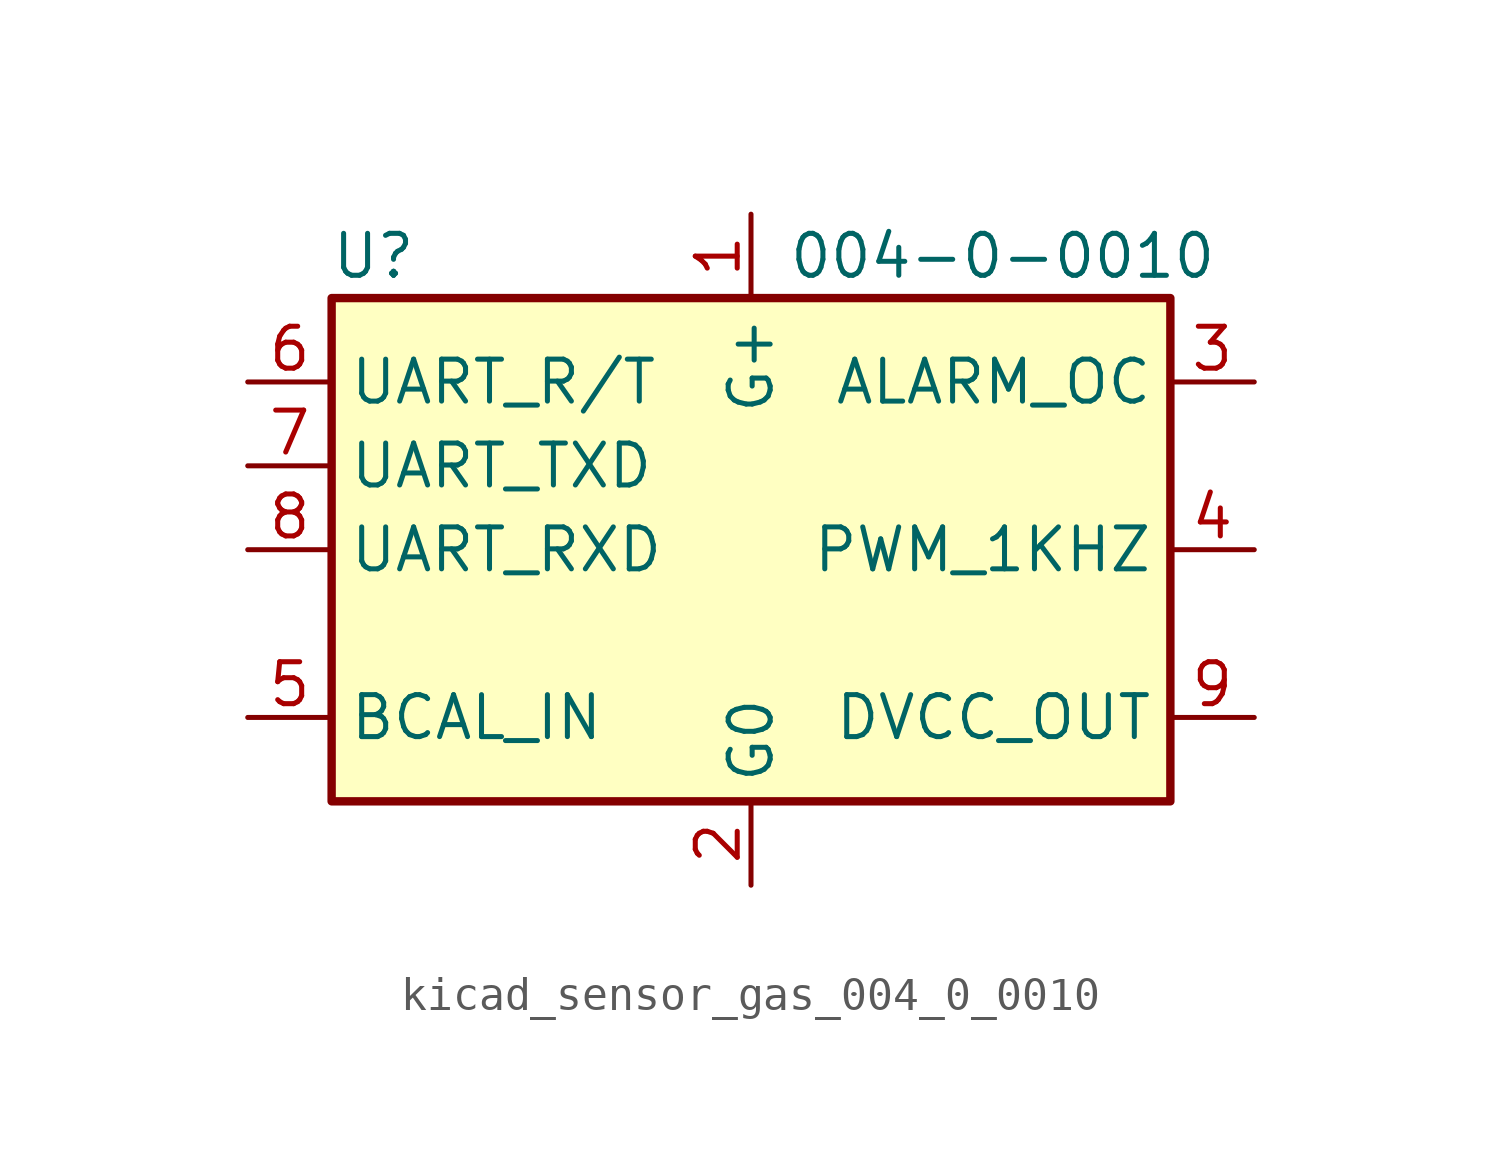
<source format=kicad_sym>
(kicad_symbol_lib
  (version 20220914)
  (generator kicad_symbol_editor)
  (symbol "kicad_sensor_gas_004_0_0010"
    (property "Reference" "U"
      (at -11.43 8.89 0)
      (effects (font (size 1.27 1.27))))
    (property "Value" "004-0-0010"
      (at 7.62 8.89 0)
      (effects (font (size 1.27 1.27))))
    (symbol "kicad_sensor_gas_004_0_0010_0_1"
      (rectangle (start -12.7 7.62) (end 12.7 -7.62) (stroke (width 0.254) (type default)) (fill (type background))))
    (symbol "kicad_sensor_gas_004_0_0010_1_1"
      (pin power_in line (at 0 10.16 270) (length 2.54) (name "G+" (effects (font (size 1.27 1.27)))) (number "1" (effects (font (size 1.27 1.27)))))
      (pin power_in line (at 0 -10.16 90) (length 2.54) (name "G0" (effects (font (size 1.27 1.27)))) (number "2" (effects (font (size 1.27 1.27)))))
      (pin open_collector line (at 15.24 5.08 180) (length 2.54) (name "ALARM_OC" (effects (font (size 1.27 1.27)))) (number "3" (effects (font (size 1.27 1.27)))))
      (pin output line (at 15.24 0 180) (length 2.54) (name "PWM_1KHZ" (effects (font (size 1.27 1.27)))) (number "4" (effects (font (size 1.27 1.27)))))
      (pin input line (at -15.24 -5.08 0) (length 2.54) (name "BCAL_IN" (effects (font (size 1.27 1.27)))) (number "5" (effects (font (size 1.27 1.27)))))
      (pin output line (at -15.24 5.08 0) (length 2.54) (name "UART_R/T" (effects (font (size 1.27 1.27)))) (number "6" (effects (font (size 1.27 1.27)))))
      (pin output line (at -15.24 2.54 0) (length 2.54) (name "UART_TXD" (effects (font (size 1.27 1.27)))) (number "7" (effects (font (size 1.27 1.27)))))
      (pin input line (at -15.24 0 0) (length 2.54) (name "UART_RXD" (effects (font (size 1.27 1.27)))) (number "8" (effects (font (size 1.27 1.27)))))
      (pin power_out line (at 15.24 -5.08 180) (length 2.54) (name "DVCC_OUT" (effects (font (size 1.27 1.27)))) (number "9" (effects (font (size 1.27 1.27))))))))
</source>
